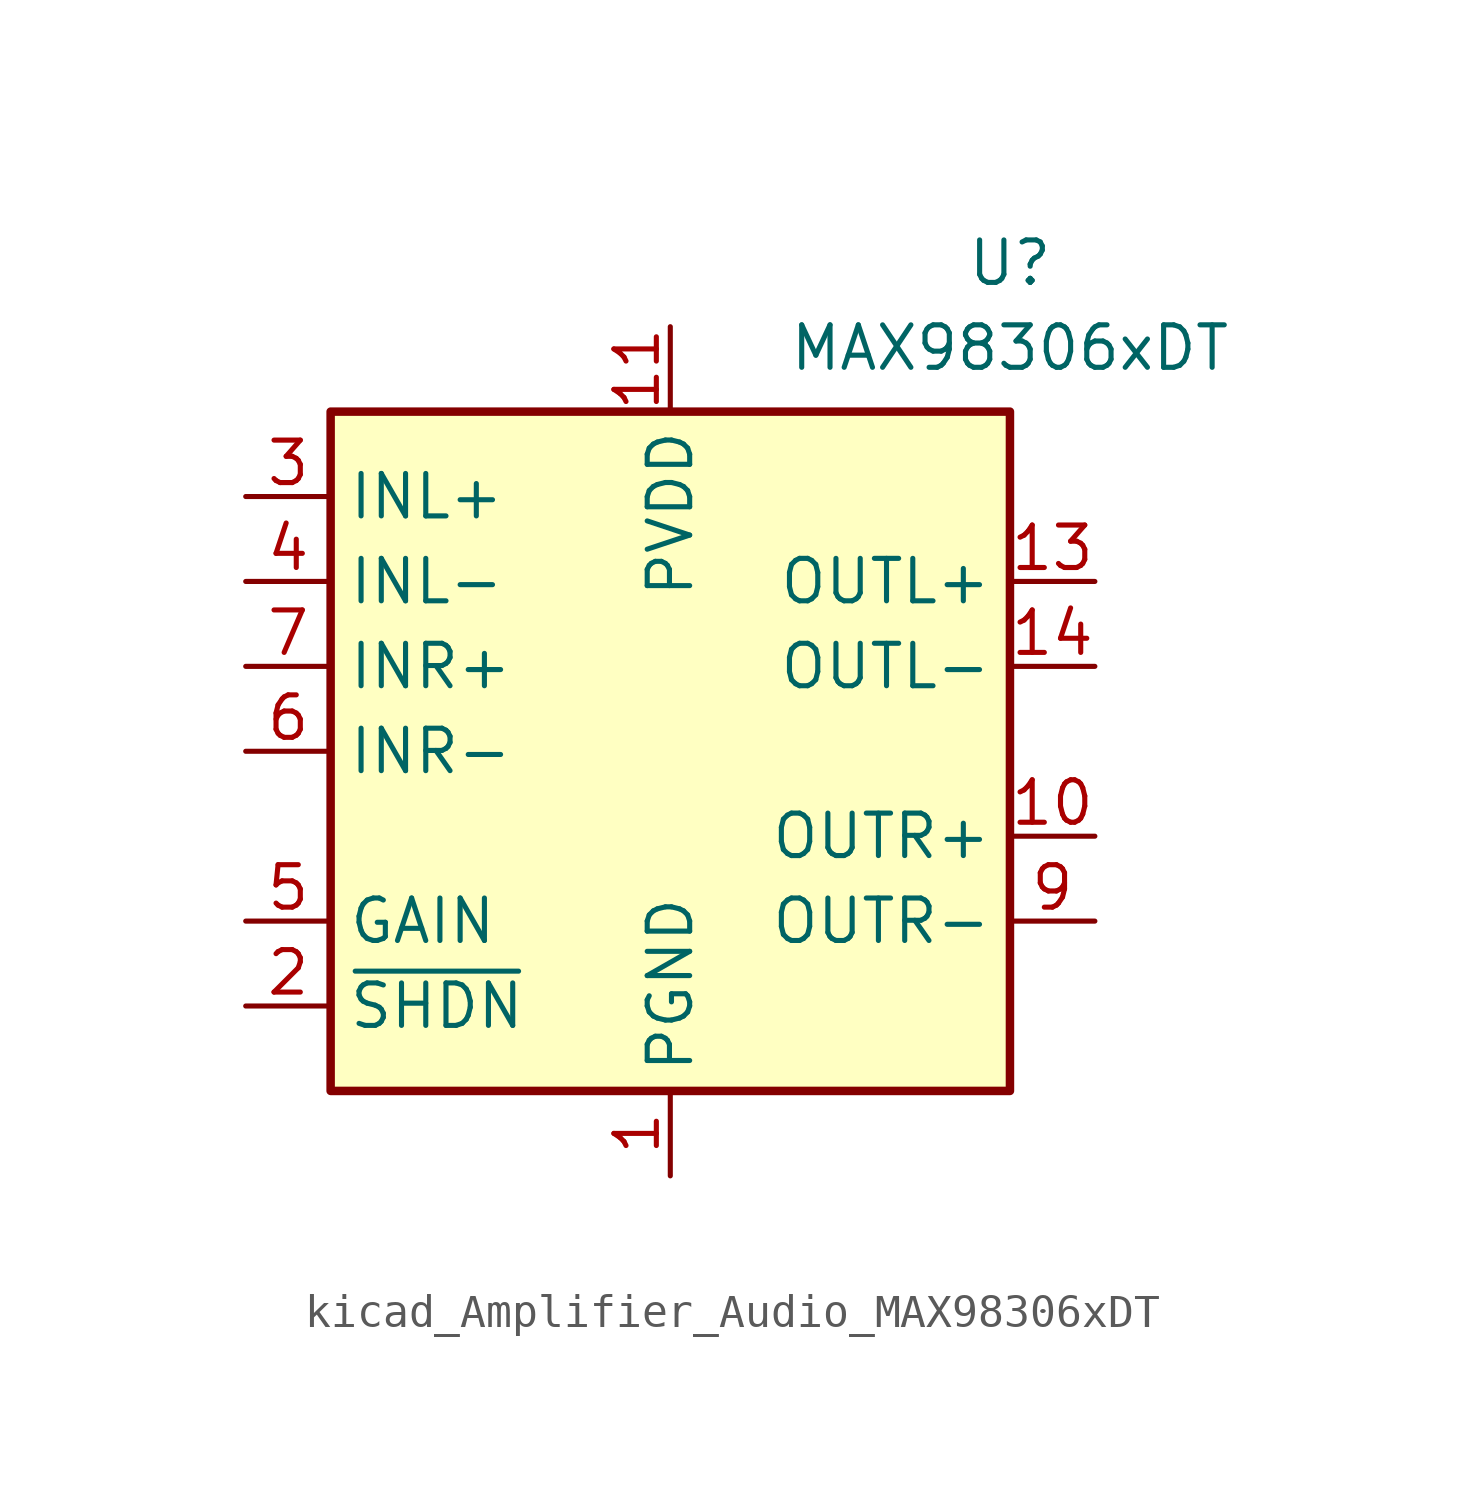
<source format=kicad_sym>
(kicad_symbol_lib
  (version 20220914)
  (generator kicad_symbol_editor)
  (symbol "kicad_Amplifier_Audio_MAX98306xDT"
    (property "Reference" "U"
      (at 10.16 14.605 0)
      (effects (font (size 1.27 1.27))))
    (property "Value" "MAX98306xDT"
      (at 10.16 12.065 0)
      (effects (font (size 1.27 1.27))))
    (symbol "kicad_Amplifier_Audio_MAX98306xDT_0_1"
      (rectangle (start -10.16 10.16) (end 10.16 -10.16) (stroke (width 0.254) (type default)) (fill (type background))))
    (symbol "kicad_Amplifier_Audio_MAX98306xDT_1_1"
      (pin power_in line (at 0 -12.7 90) (length 2.54) (name "PGND" (effects (font (size 1.27 1.27)))) (number "1" (effects (font (size 1.27 1.27)))))
      (pin power_out line (at 12.7 -2.54 180) (length 2.54) (name "OUTR+" (effects (font (size 1.27 1.27)))) (number "10" (effects (font (size 1.27 1.27)))))
      (pin power_in line (at 0 12.7 270) (length 2.54) (name "PVDD" (effects (font (size 1.27 1.27)))) (number "11" (effects (font (size 1.27 1.27)))))
      (pin passive line (at 0 12.7 270) (length 2.54) hide (name "PVDD" (effects (font (size 1.27 1.27)))) (number "12" (effects (font (size 1.27 1.27)))))
      (pin power_out line (at 12.7 5.08 180) (length 2.54) (name "OUTL+" (effects (font (size 1.27 1.27)))) (number "13" (effects (font (size 1.27 1.27)))))
      (pin power_out line (at 12.7 2.54 180) (length 2.54) (name "OUTL-" (effects (font (size 1.27 1.27)))) (number "14" (effects (font (size 1.27 1.27)))))
      (pin passive line (at 0 -12.7 90) (length 2.54) hide (name "PGND" (effects (font (size 1.27 1.27)))) (number "15" (effects (font (size 1.27 1.27)))))
      (pin input line (at -12.7 -7.62 0) (length 2.54) (name "~{SHDN}" (effects (font (size 1.27 1.27)))) (number "2" (effects (font (size 1.27 1.27)))))
      (pin input line (at -12.7 7.62 0) (length 2.54) (name "INL+" (effects (font (size 1.27 1.27)))) (number "3" (effects (font (size 1.27 1.27)))))
      (pin input line (at -12.7 5.08 0) (length 2.54) (name "INL-" (effects (font (size 1.27 1.27)))) (number "4" (effects (font (size 1.27 1.27)))))
      (pin input line (at -12.7 -5.08 0) (length 2.54) (name "GAIN" (effects (font (size 1.27 1.27)))) (number "5" (effects (font (size 1.27 1.27)))))
      (pin input line (at -12.7 0 0) (length 2.54) (name "INR-" (effects (font (size 1.27 1.27)))) (number "6" (effects (font (size 1.27 1.27)))))
      (pin input line (at -12.7 2.54 0) (length 2.54) (name "INR+" (effects (font (size 1.27 1.27)))) (number "7" (effects (font (size 1.27 1.27)))))
      (pin passive line (at 0 -12.7 90) (length 2.54) hide (name "PGND" (effects (font (size 1.27 1.27)))) (number "8" (effects (font (size 1.27 1.27)))))
      (pin power_out line (at 12.7 -5.08 180) (length 2.54) (name "OUTR-" (effects (font (size 1.27 1.27)))) (number "9" (effects (font (size 1.27 1.27))))))))
</source>
